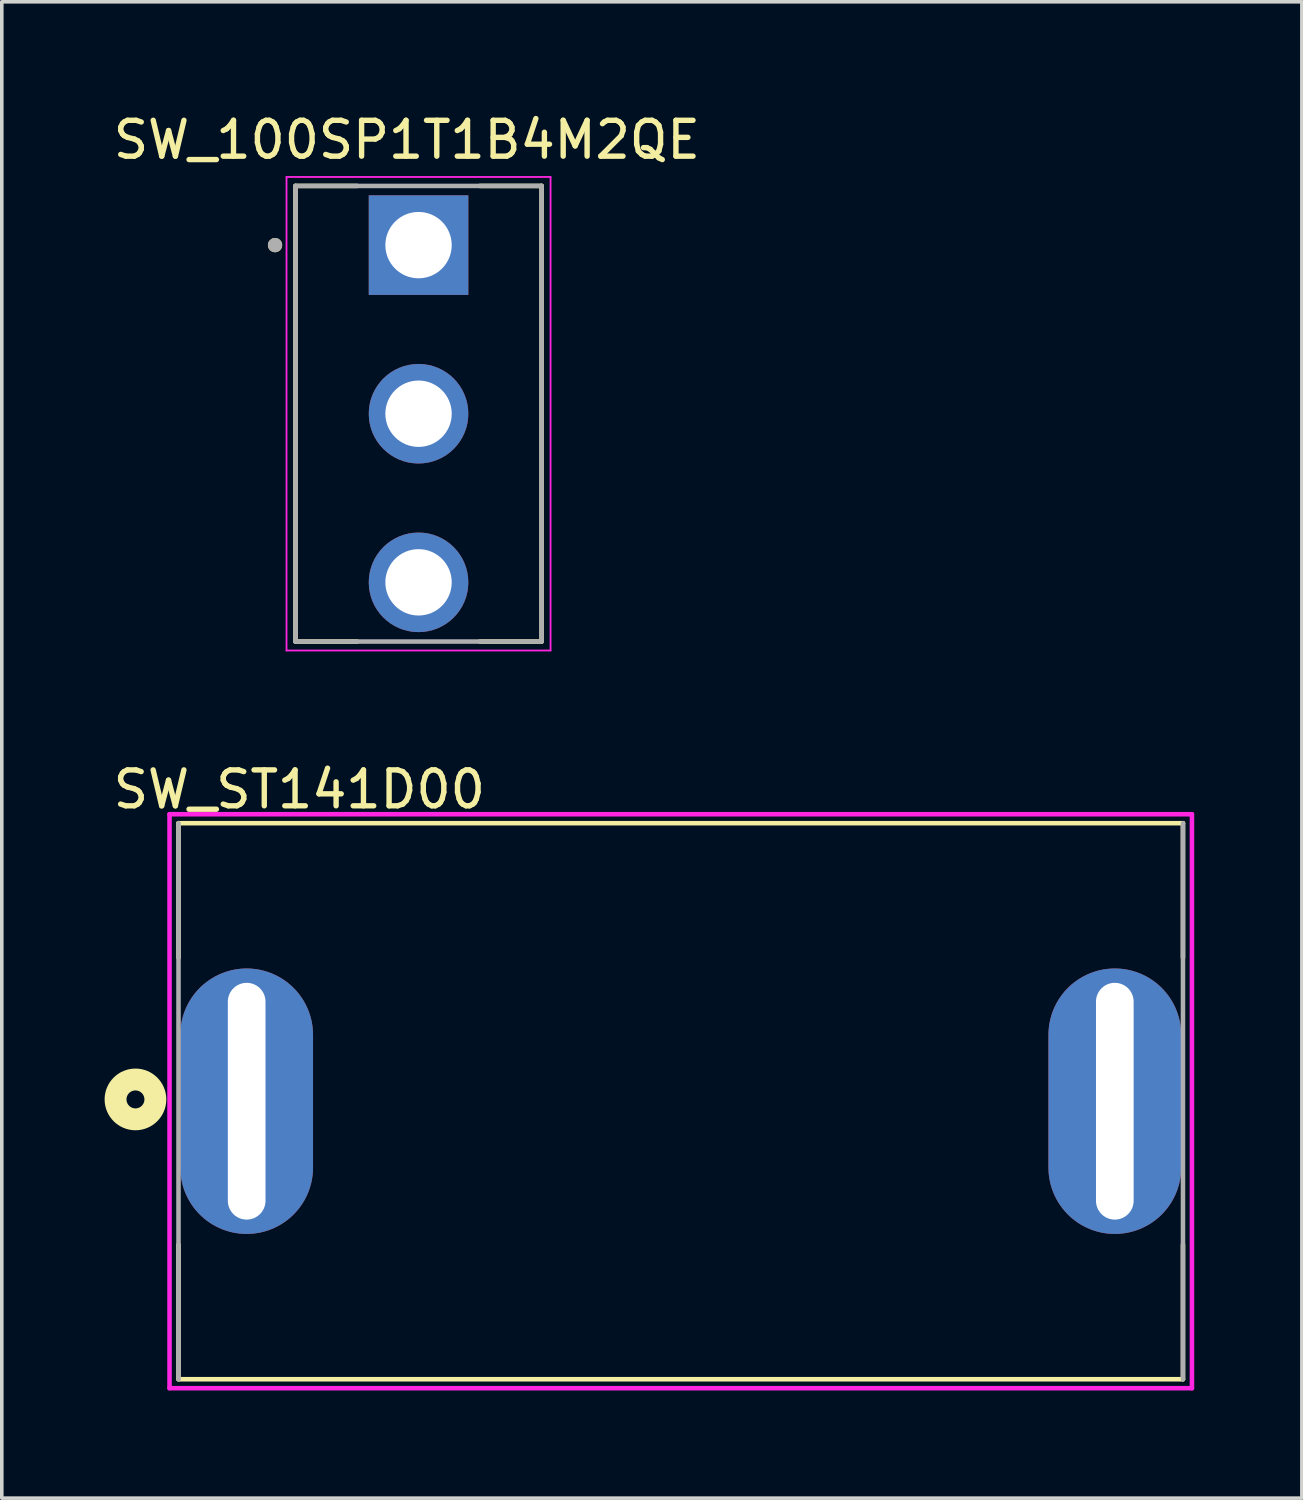
<source format=kicad_pcb>
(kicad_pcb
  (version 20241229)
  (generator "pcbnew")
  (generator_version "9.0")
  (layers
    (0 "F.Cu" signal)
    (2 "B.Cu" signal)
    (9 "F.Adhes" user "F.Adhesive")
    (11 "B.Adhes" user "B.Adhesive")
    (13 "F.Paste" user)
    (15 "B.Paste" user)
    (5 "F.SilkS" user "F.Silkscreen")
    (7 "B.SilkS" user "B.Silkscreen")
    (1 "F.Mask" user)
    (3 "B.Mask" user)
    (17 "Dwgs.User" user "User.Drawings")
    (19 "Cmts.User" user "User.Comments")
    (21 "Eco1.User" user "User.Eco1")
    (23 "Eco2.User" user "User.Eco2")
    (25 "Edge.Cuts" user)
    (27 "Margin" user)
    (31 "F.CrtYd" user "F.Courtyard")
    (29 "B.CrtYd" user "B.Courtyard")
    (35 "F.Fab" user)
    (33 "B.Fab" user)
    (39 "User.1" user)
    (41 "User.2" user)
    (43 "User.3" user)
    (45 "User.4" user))
  (footprint "SW_ST141D00"
    (layer "F.Cu")
    (at 15.926 27.647)
    (property "Reference" "SW_ST141D00" (at -10.632 -8.69 0) (layer "F.SilkS") (effects (font (size 1.001 1.001) (thickness 0.15))))
    (attr through_hole)
    (fp_line (start -14 -7.75) (end 14 -7.75) (stroke (width 0.127) (type solid)) (layer "F.SilkS"))
    (fp_line (start -14 -4) (end -14 -7.75) (stroke (width 0.127) (type solid)) (layer "F.SilkS"))
    (fp_line (start -14 7.75) (end -14 4) (stroke (width 0.127) (type solid)) (layer "F.SilkS"))
    (fp_line (start 14 -4) (end 14 -7.75) (stroke (width 0.127) (type solid)) (layer "F.SilkS"))
    (fp_line (start 14 7.75) (end -14 7.75) (stroke (width 0.127) (type solid)) (layer "F.SilkS"))
    (fp_line (start 14 7.75) (end 14 4) (stroke (width 0.127) (type solid)) (layer "F.SilkS"))
    (fp_circle (center -15.2 -0.05) (end -14.95 -0.05) (stroke (width 0.61) (type solid)) (fill no) (layer "F.SilkS"))
    (fp_line (start -14.25 -8) (end 14.25 -8) (stroke (width 0.127) (type solid)) (layer "F.CrtYd"))
    (fp_line (start -14.25 8) (end -14.25 -8) (stroke (width 0.127) (type solid)) (layer "F.CrtYd"))
    (fp_line (start 14.25 -8) (end 14.25 8) (stroke (width 0.127) (type solid)) (layer "F.CrtYd"))
    (fp_line (start 14.25 8) (end -14.25 8) (stroke (width 0.127) (type solid)) (layer "F.CrtYd"))
    (fp_line (start -14 7.75) (end -14 -7.75) (stroke (width 0.127) (type solid)) (layer "F.Fab"))
    (fp_line (start 14 -7.75) (end 14 7.75) (stroke (width 0.127) (type solid)) (layer "F.Fab"))
    (pad "1" thru_hole oval (at -12.1 0) (size 3.7 7.4) (drill oval 1.05 6.6) (layers "*.Cu" "*.Mask"))
    (pad "3" thru_hole oval (at 12.1 0) (size 3.7 7.4) (drill oval 1.05 6.6) (layers "*.Cu" "*.Mask")))
  (footprint "SW_100SP1T1B4M2QE"
    (layer "F.Cu")
    (at 8.617 8.483)
    (property "Reference" "SW_100SP1T1B4M2QE" (at -0.325 -7.635 0) (layer "F.SilkS") (effects (font (size 1 1) (thickness 0.15))))
    (attr through_hole)
    (fp_line (start -3.43 6.35) (end -3.43 -6.35) (stroke (width 0.127) (type solid)) (layer "F.SilkS"))
    (fp_line (start -1.71 -6.35) (end -3.43 -6.35) (stroke (width 0.127) (type solid)) (layer "F.SilkS"))
    (fp_line (start -1.71 6.35) (end -3.43 6.35) (stroke (width 0.127) (type solid)) (layer "F.SilkS"))
    (fp_line (start 3.43 -6.35) (end 1.71 -6.35) (stroke (width 0.127) (type solid)) (layer "F.SilkS"))
    (fp_line (start 3.43 -6.35) (end 3.43 6.35) (stroke (width 0.127) (type solid)) (layer "F.SilkS"))
    (fp_line (start 3.43 6.35) (end 1.71 6.35) (stroke (width 0.127) (type solid)) (layer "F.SilkS"))
    (fp_circle (center -4 -4.7) (end -3.9 -4.7) (stroke (width 0.2) (type solid)) (fill no) (layer "F.SilkS"))
    (fp_line (start -3.68 -6.6) (end -3.68 6.6) (stroke (width 0.05) (type solid)) (layer "F.CrtYd"))
    (fp_line (start -3.68 6.6) (end 3.68 6.6) (stroke (width 0.05) (type solid)) (layer "F.CrtYd"))
    (fp_line (start 3.68 -6.6) (end -3.68 -6.6) (stroke (width 0.05) (type solid)) (layer "F.CrtYd"))
    (fp_line (start 3.68 6.6) (end 3.68 -6.6) (stroke (width 0.05) (type solid)) (layer "F.CrtYd"))
    (fp_line (start -3.43 -6.35) (end -3.43 6.35) (stroke (width 0.127) (type solid)) (layer "F.Fab"))
    (fp_line (start -3.43 6.35) (end 3.43 6.35) (stroke (width 0.127) (type solid)) (layer "F.Fab"))
    (fp_line (start 3.43 -6.35) (end -3.43 -6.35) (stroke (width 0.127) (type solid)) (layer "F.Fab"))
    (fp_line (start 3.43 6.35) (end 3.43 -6.35) (stroke (width 0.127) (type solid)) (layer "F.Fab"))
    (fp_circle (center -4 -4.7) (end -3.9 -4.7) (stroke (width 0.2) (type solid)) (fill no) (layer "F.Fab"))
    (pad "1" thru_hole rect (at 0 -4.7) (size 2.775 2.775) (drill 1.85) (layers "*.Cu" "*.Mask"))
    (pad "2" thru_hole circle (at 0 0) (size 2.775 2.775) (drill 1.85) (layers "*.Cu" "*.Mask"))
    (pad "3" thru_hole circle (at 0 4.7) (size 2.775 2.775) (drill 1.85) (layers "*.Cu" "*.Mask")))
  (gr_rect
    (start -3 -3)
    (end 33.24 38.711)
    (stroke (width 0.1) (type default))
    (fill no)
    (layer "Edge.Cuts")))
</source>
